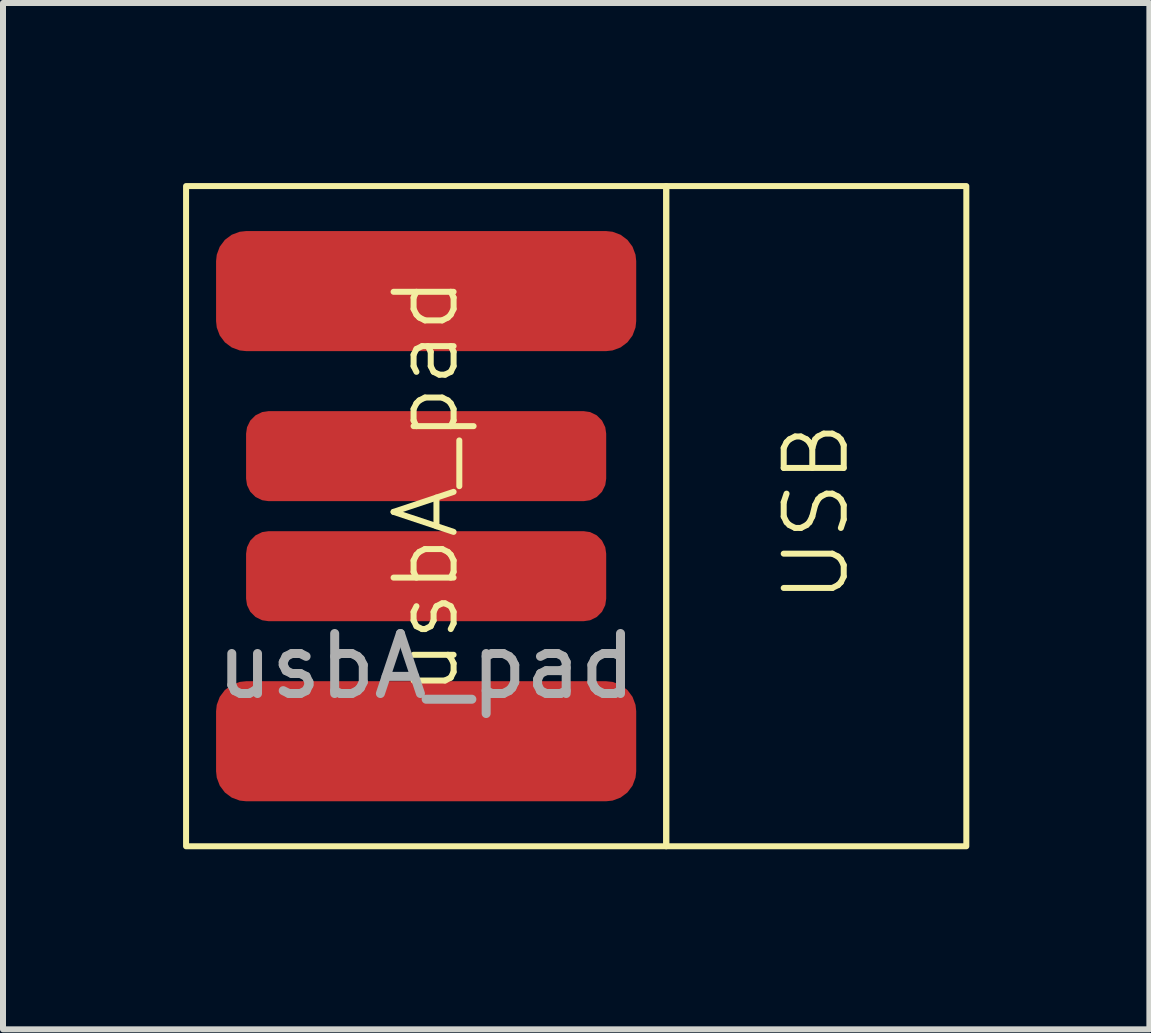
<source format=kicad_pcb>
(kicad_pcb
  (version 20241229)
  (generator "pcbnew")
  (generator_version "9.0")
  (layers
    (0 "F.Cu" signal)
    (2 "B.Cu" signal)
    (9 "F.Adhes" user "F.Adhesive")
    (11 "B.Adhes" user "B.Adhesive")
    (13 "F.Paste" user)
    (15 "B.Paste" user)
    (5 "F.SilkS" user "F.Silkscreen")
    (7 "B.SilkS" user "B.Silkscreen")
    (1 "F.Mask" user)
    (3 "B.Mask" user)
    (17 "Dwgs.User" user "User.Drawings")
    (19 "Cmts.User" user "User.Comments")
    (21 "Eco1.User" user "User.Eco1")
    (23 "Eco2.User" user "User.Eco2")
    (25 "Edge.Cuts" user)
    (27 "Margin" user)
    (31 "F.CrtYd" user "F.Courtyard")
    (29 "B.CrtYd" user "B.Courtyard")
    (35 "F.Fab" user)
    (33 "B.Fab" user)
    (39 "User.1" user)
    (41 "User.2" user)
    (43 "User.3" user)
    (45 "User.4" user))
  (footprint "usbA_pad"
    (layer "F.Cu")
    (at 4.05 5.55)
    (property "Reference" "usbA_pad" (at 0 -0.5 90) (unlocked yes) (layer "F.SilkS") (effects (font (size 1 1) (thickness 0.1))))
    (attr smd)
    (fp_rect (start -4 -5.5) (end 4 5.5) (stroke (width 0.1) (type default)) (fill no) (layer "F.SilkS"))
    (fp_rect (start 4 -5.5) (end 9 5.5) (stroke (width 0.1) (type default)) (fill no) (layer "F.SilkS"))
    (fp_text user "USB" (at 6.5 1.5 90) (unlocked yes) (layer "F.SilkS") (effects (font (size 1 1) (thickness 0.1)) (justify left)))
    (fp_text user "${REFERENCE}" (at 0 2.5 0) (unlocked yes) (layer "F.Fab") (effects (font (size 1 1) (thickness 0.15))))
    (pad "1" smd roundrect (at 0 -3.75) (size 7 2) (layers "F.Cu" "F.Mask" "F.Paste") (roundrect_rratio 0.25))
    (pad "2" smd roundrect (at 0 -1) (size 6 1.5) (layers "F.Cu" "F.Mask" "F.Paste") (roundrect_rratio 0.25))
    (pad "3" smd roundrect (at 0 1) (size 6 1.5) (layers "F.Cu" "F.Mask" "F.Paste") (roundrect_rratio 0.25))
    (pad "4" smd roundrect (at 0 3.75) (size 7 2) (layers "F.Cu" "F.Mask" "F.Paste") (roundrect_rratio 0.25)))
  (gr_rect
    (start -3 -3)
    (end 16.1 14.1)
    (stroke (width 0.1) (type default))
    (fill no)
    (layer "Edge.Cuts")))
</source>
